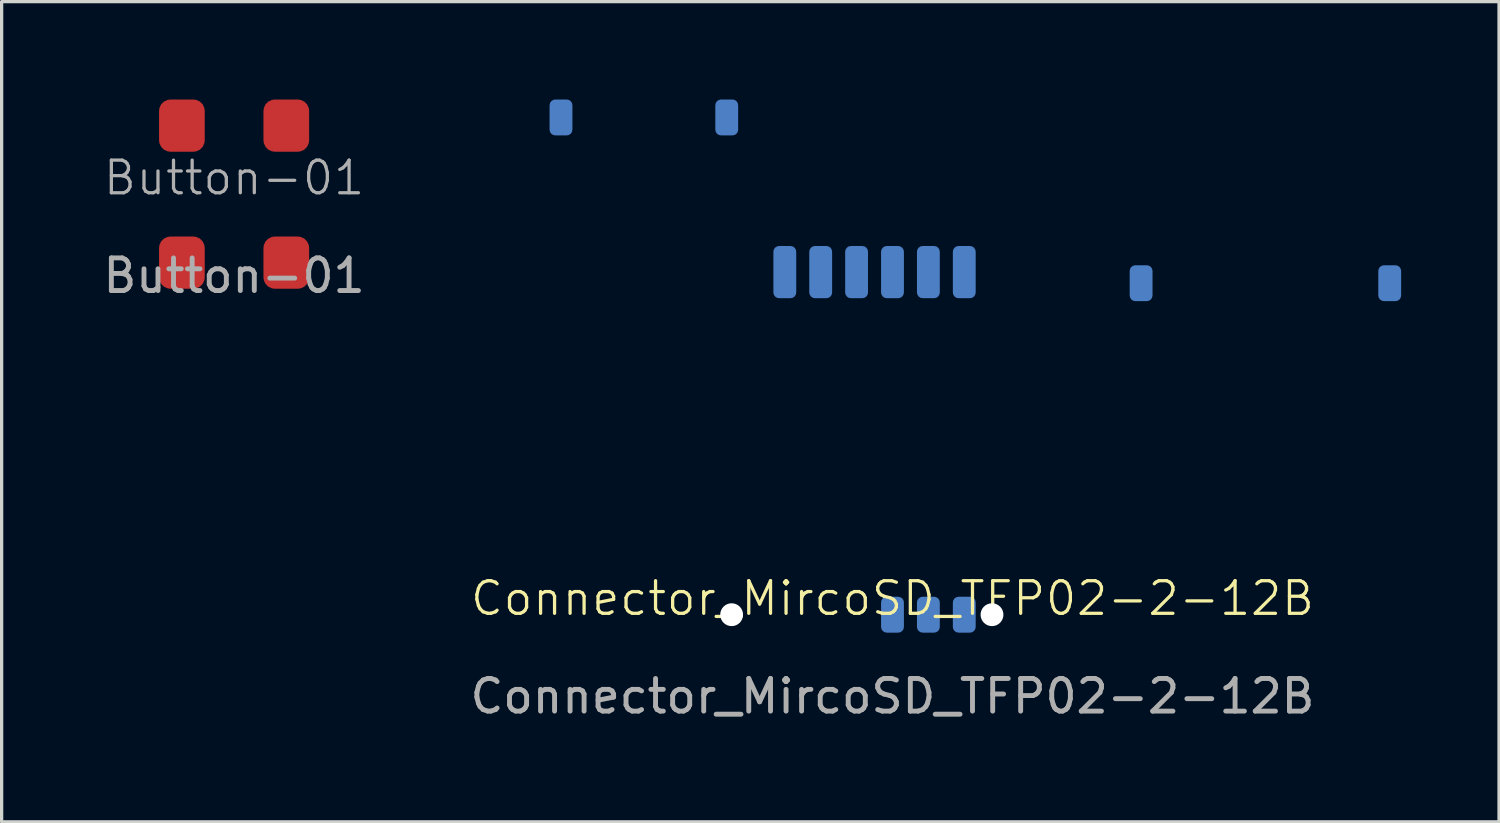
<source format=kicad_pcb>
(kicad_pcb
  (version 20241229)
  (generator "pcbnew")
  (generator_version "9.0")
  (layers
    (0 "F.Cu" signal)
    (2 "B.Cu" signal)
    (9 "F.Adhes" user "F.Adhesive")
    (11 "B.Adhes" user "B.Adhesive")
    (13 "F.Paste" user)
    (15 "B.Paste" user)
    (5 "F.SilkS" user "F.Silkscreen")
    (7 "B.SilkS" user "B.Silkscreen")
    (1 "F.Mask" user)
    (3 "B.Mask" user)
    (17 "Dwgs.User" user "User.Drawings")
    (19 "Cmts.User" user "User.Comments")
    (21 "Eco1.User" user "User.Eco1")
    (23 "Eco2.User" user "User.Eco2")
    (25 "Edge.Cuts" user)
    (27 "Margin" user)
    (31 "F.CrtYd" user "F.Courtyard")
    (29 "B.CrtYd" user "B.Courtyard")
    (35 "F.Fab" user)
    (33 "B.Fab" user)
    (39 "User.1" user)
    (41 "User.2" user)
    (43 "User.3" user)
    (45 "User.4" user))
  (footprint "Connector_MircoSD_TFP02-2-12B"
    (layer "F.Cu")
    (at 24.304 15.79)
    (property "Reference" "Connector_MircoSD_TFP02-2-12B" (at 0 -0.5 0) (unlocked yes) (layer "F.SilkS") (effects (font (size 1 1) (thickness 0.1))))
    (attr smd)
    (fp_text user "${REFERENCE}" (at 0 2.5 0) (unlocked yes) (layer "F.Fab") (effects (font (size 1 1) (thickness 0.15))))
    (pad "" np_thru_hole circle (at -4.93 0) (size 0.7 0.7) (drill 1.2) (layers "*.Cu" "F.Mask"))
    (pad "" np_thru_hole circle (at 3.05 0) (size 0.7 0.7) (drill 1.2) (layers "*.Cu" "F.Mask"))
    (pad "1" smd roundrect (at 0 0) (size 0.7 1.1) (layers "F.Mask" "B.Cu" "F.Paste") (roundrect_rratio 0.25))
    (pad "2" smd roundrect (at 1.1 0) (size 0.7 1.1) (layers "F.Mask" "B.Cu" "F.Paste") (roundrect_rratio 0.25))
    (pad "3" smd roundrect (at 2.2 0) (size 0.7 1.1) (layers "F.Mask" "B.Cu" "F.Paste") (roundrect_rratio 0.25))
    (pad "4" smd roundrect (at -3.3 -10.5) (size 0.7 1.6) (layers "F.Mask" "B.Cu" "F.Paste") (roundrect_rratio 0.25))
    (pad "5" smd roundrect (at -2.2 -10.5) (size 0.7 1.6) (layers "F.Mask" "B.Cu" "F.Paste") (roundrect_rratio 0.25))
    (pad "6" smd roundrect (at -1.1 -10.5) (size 0.7 1.6) (layers "F.Mask" "B.Cu" "F.Paste") (roundrect_rratio 0.25))
    (pad "7" smd roundrect (at 0 -10.5) (size 0.7 1.6) (layers "F.Mask" "B.Cu" "F.Paste") (roundrect_rratio 0.25))
    (pad "8" smd roundrect (at 1.1 -10.5) (size 0.7 1.6) (layers "F.Mask" "B.Cu" "F.Paste") (roundrect_rratio 0.25))
    (pad "9" smd roundrect (at 2.2 -10.5) (size 0.7 1.6) (layers "F.Mask" "B.Cu" "F.Paste") (roundrect_rratio 0.25))
    (pad "10" smd roundrect (at -10.16 -15.24) (size 0.7 1.1) (layers "F.Mask" "B.Cu" "F.Paste") (roundrect_rratio 0.25))
    (pad "11" smd roundrect (at -5.08 -15.24) (size 0.7 1.1) (layers "F.Mask" "B.Cu" "F.Paste") (roundrect_rratio 0.25))
    (pad "12" smd roundrect (at 15.24 -10.16) (size 0.7 1.1) (layers "F.Mask" "B.Cu" "F.Paste") (roundrect_rratio 0.25))
    (pad "13" smd roundrect (at 7.62 -10.16) (size 0.7 1.1) (layers "F.Mask" "B.Cu" "F.Paste") (roundrect_rratio 0.25)))
  (footprint "Button-01"
    (layer "F.Cu")
    (at 4.125 2.9)
    (property "Reference" "Button-01" (at 0 -0.5 0) (unlocked yes) (layer "F.Fab") (effects (font (size 1 1) (thickness 0.1))))
    (attr smd exclude_from_pos_files)
    (fp_text user "${REFERENCE}" (at 0 2.5 0) (unlocked yes) (layer "F.Fab") (effects (font (size 1 1) (thickness 0.15))))
    (pad "1" smd roundrect (at -1.6 -2.1 90) (size 1.6 1.4) (layers "F.Cu" "F.Mask" "F.Paste") (roundrect_rratio 0.25))
    (pad "2" smd roundrect (at 1.6 -2.1 90) (size 1.6 1.4) (layers "F.Cu" "F.Mask" "F.Paste") (roundrect_rratio 0.25))
    (pad "3" smd roundrect (at 1.6 2.1 90) (size 1.6 1.4) (layers "F.Cu" "F.Mask" "F.Paste") (roundrect_rratio 0.25))
    (pad "4" smd roundrect (at -1.6 2.1 90) (size 1.6 1.4) (layers "F.Cu" "F.Mask" "F.Paste") (roundrect_rratio 0.25)))
  (gr_rect
    (start -3 -3)
    (end 42.894 22.138)
    (stroke (width 0.1) (type default))
    (fill no)
    (layer "Edge.Cuts")))
</source>
